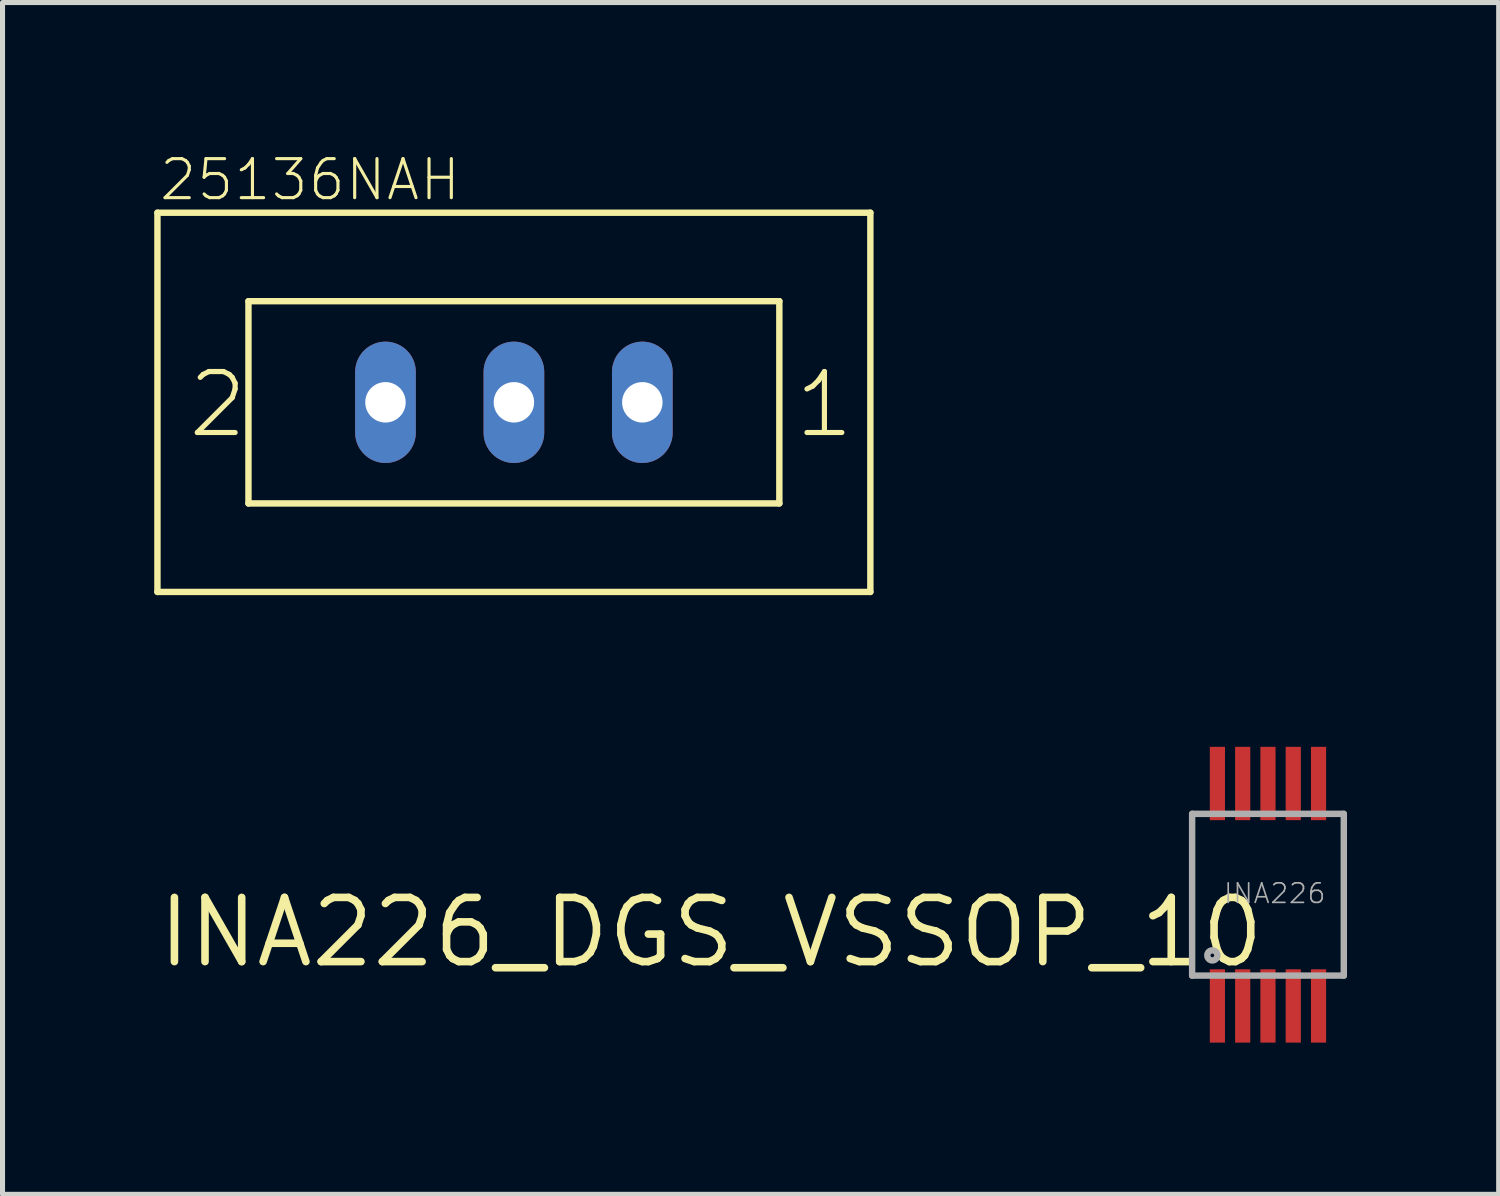
<source format=kicad_pcb>
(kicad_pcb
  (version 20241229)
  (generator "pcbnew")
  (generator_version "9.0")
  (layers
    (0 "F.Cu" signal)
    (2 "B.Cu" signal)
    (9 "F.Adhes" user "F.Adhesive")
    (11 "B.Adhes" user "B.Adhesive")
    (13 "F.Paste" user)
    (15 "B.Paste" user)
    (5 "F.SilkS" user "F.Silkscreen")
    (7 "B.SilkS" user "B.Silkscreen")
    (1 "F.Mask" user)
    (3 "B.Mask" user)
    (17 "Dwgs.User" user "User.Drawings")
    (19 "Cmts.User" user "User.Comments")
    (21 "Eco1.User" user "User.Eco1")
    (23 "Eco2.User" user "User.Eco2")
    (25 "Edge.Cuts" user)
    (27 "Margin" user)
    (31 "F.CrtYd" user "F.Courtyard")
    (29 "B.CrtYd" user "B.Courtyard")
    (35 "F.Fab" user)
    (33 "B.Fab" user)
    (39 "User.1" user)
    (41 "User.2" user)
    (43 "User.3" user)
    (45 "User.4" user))
  (footprint "INA226_DGS_VSSOP_10"
    (layer "F.Cu")
    (at 22.028 14.646)
    (property "Reference" "INA226_DGS_VSSOP_10" (at 0 0 0) (layer "F.SilkS") (effects (font (size 1.27 1.27) (thickness 0.15)) (justify right top)))
    (attr through_hole)
    (fp_line (start -1.5 -1.6) (end 1.5 -1.6) (stroke (width 0.127) (type solid)) (layer "F.Fab"))
    (fp_line (start -1.5 1.6) (end -1.5 -1.6) (stroke (width 0.127) (type solid)) (layer "F.Fab"))
    (fp_line (start 1.5 -1.6) (end 1.5 1.6) (stroke (width 0.127) (type solid)) (layer "F.Fab"))
    (fp_line (start 1.5 1.6) (end -1.5 1.6) (stroke (width 0.127) (type solid)) (layer "F.Fab"))
    (fp_circle (center -1.1 1.2) (end -1 1.2) (stroke (width 0.127) (type solid)) (fill no) (layer "F.Fab"))
    (fp_text user "INA226" (at -0.9 0.2 0) (layer "F.Fab") (effects (font (size 0.386 0.386) (thickness 0.033)) (justify left bottom)))
    (pad "1" smd rect (at -1 2.2 90) (size 1.45 0.3) (layers "F.Cu" "F.Mask" "F.Paste"))
    (pad "2" smd rect (at -0.5 2.2 90) (size 1.45 0.3) (layers "F.Cu" "F.Mask" "F.Paste"))
    (pad "3" smd rect (at 0 2.2 90) (size 1.45 0.3) (layers "F.Cu" "F.Mask" "F.Paste"))
    (pad "4" smd rect (at 0.5 2.2 90) (size 1.45 0.3) (layers "F.Cu" "F.Mask" "F.Paste"))
    (pad "5" smd rect (at 1 2.2 90) (size 1.45 0.3) (layers "F.Cu" "F.Mask" "F.Paste"))
    (pad "6" smd rect (at 1 -2.2 90) (size 1.45 0.3) (layers "F.Cu" "F.Mask" "F.Paste"))
    (pad "7" smd rect (at 0.5 -2.2 90) (size 1.45 0.3) (layers "F.Cu" "F.Mask" "F.Paste"))
    (pad "8" smd rect (at 0 -2.2 90) (size 1.45 0.3) (layers "F.Cu" "F.Mask" "F.Paste"))
    (pad "9" smd rect (at -0.5 -2.2 90) (size 1.45 0.3) (layers "F.Cu" "F.Mask" "F.Paste"))
    (pad "10" smd rect (at -1 -2.2 90) (size 1.45 0.3) (layers "F.Cu" "F.Mask" "F.Paste")))
  (footprint "25136NAH"
    (layer "F.Cu")
    (at 7.114 4.907)
    (property "Reference" "25136NAH" (at -7.05 -3.95 180) (layer "F.SilkS") (effects (font (size 0.772 0.772) (thickness 0.062)) (justify left bottom)))
    (attr through_hole)
    (fp_line (start -7.05 -3.75) (end 7.05 -3.75) (stroke (width 0.127) (type solid)) (layer "F.SilkS"))
    (fp_line (start -7.05 3.75) (end -7.05 -3.75) (stroke (width 0.127) (type solid)) (layer "F.SilkS"))
    (fp_line (start -5.25 -2) (end 5.25 -2) (stroke (width 0.127) (type solid)) (layer "F.SilkS"))
    (fp_line (start -5.25 2) (end -5.25 -2) (stroke (width 0.127) (type solid)) (layer "F.SilkS"))
    (fp_line (start 5.25 -2) (end 5.25 2) (stroke (width 0.127) (type solid)) (layer "F.SilkS"))
    (fp_line (start 5.25 2) (end -5.25 2) (stroke (width 0.127) (type solid)) (layer "F.SilkS"))
    (fp_line (start 7.05 -3.75) (end 7.05 3.75) (stroke (width 0.127) (type solid)) (layer "F.SilkS"))
    (fp_line (start 7.05 3.75) (end -7.05 3.75) (stroke (width 0.127) (type solid)) (layer "F.SilkS"))
    (fp_text user "2" (at -6.5 0.75 0) (layer "F.SilkS") (effects (font (size 1.206 1.206) (thickness 0.102)) (justify left bottom)))
    (fp_text user "1" (at 5.5 0.75 0) (layer "F.SilkS") (effects (font (size 1.206 1.206) (thickness 0.102)) (justify left bottom)))
    (pad "P$1" thru_hole oval (at -2.54 0 90) (size 2.4 1.2) (drill 0.8) (layers "*.Cu" "*.Mask"))
    (pad "P$2" thru_hole oval (at 0 0 90) (size 2.4 1.2) (drill 0.8) (layers "*.Cu" "*.Mask"))
    (pad "P$3" thru_hole oval (at 2.54 0 90) (size 2.4 1.2) (drill 0.8) (layers "*.Cu" "*.Mask")))
  (gr_rect
    (start -3 -3)
    (end 26.591 20.571)
    (stroke (width 0.1) (type default))
    (fill no)
    (layer "Edge.Cuts")))
</source>
